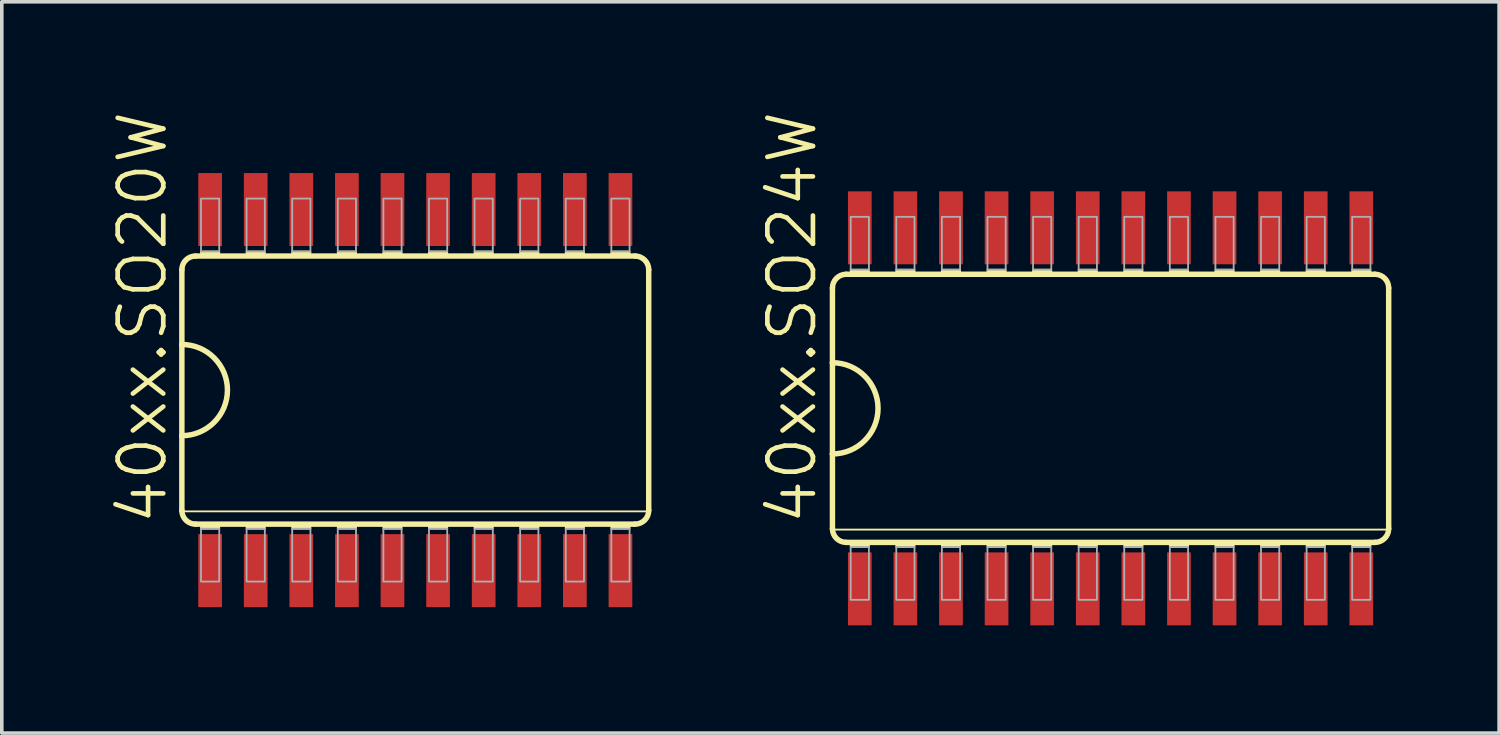
<source format=kicad_pcb>
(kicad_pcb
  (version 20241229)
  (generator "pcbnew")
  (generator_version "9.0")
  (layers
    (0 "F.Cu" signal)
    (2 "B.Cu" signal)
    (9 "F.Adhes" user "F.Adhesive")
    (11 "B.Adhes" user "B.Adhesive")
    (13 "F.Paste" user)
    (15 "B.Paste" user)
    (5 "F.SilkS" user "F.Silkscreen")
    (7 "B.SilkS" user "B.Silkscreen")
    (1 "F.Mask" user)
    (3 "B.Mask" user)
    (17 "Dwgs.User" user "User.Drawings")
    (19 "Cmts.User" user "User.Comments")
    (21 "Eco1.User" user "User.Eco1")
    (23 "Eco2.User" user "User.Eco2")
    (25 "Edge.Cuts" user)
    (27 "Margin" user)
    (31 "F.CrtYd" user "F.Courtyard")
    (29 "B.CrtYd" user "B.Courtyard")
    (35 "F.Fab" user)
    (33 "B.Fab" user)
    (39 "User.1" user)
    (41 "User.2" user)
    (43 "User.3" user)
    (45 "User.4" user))
  (footprint "40xx.SO24W"
    (layer "F.Cu")
    (at 27.885 8.324)
    (property "Reference" "40xx.SO24W" (at -8.128 3.302 90) (layer "F.SilkS") (effects (font (size 1.27 1.27) (thickness 0.13)) (justify left bottom)))
    (attr smd)
    (fp_line (start -7.747 -3.353) (end -7.747 -1.27) (stroke (width 0.152) (type default)) (layer "F.SilkS"))
    (fp_line (start -7.747 -1.27) (end -7.747 1.27) (stroke (width 0.152) (type default)) (layer "F.SilkS"))
    (fp_line (start -7.747 1.27) (end -7.747 3.353) (stroke (width 0.152) (type default)) (layer "F.SilkS"))
    (fp_line (start -7.747 3.378) (end 7.747 3.378) (stroke (width 0.051) (type default)) (layer "F.SilkS"))
    (fp_line (start -7.366 3.734) (end 7.366 3.734) (stroke (width 0.152) (type default)) (layer "F.SilkS"))
    (fp_line (start 7.366 -3.734) (end -7.366 -3.734) (stroke (width 0.152) (type default)) (layer "F.SilkS"))
    (fp_line (start 7.747 3.353) (end 7.747 -3.353) (stroke (width 0.152) (type default)) (layer "F.SilkS"))
    (fp_rect (start -7.239 -3.734) (end -6.731 -3.861) (stroke (width 0.05) (type default)) (fill yes) (layer "F.SilkS"))
    (fp_rect (start -7.239 3.861) (end -6.731 3.734) (stroke (width 0.05) (type default)) (fill yes) (layer "F.SilkS"))
    (fp_rect (start -5.969 -3.734) (end -5.461 -3.861) (stroke (width 0.05) (type default)) (fill yes) (layer "F.SilkS"))
    (fp_rect (start -5.969 3.861) (end -5.461 3.734) (stroke (width 0.05) (type default)) (fill yes) (layer "F.SilkS"))
    (fp_rect (start -4.699 -3.734) (end -4.191 -3.861) (stroke (width 0.05) (type default)) (fill yes) (layer "F.SilkS"))
    (fp_rect (start -4.699 3.861) (end -4.191 3.734) (stroke (width 0.05) (type default)) (fill yes) (layer "F.SilkS"))
    (fp_rect (start -3.429 -3.734) (end -2.921 -3.861) (stroke (width 0.05) (type default)) (fill yes) (layer "F.SilkS"))
    (fp_rect (start -3.429 3.861) (end -2.921 3.734) (stroke (width 0.05) (type default)) (fill yes) (layer "F.SilkS"))
    (fp_rect (start -2.159 -3.734) (end -1.651 -3.861) (stroke (width 0.05) (type default)) (fill yes) (layer "F.SilkS"))
    (fp_rect (start -2.159 3.861) (end -1.651 3.734) (stroke (width 0.05) (type default)) (fill yes) (layer "F.SilkS"))
    (fp_rect (start -0.889 -3.734) (end -0.381 -3.861) (stroke (width 0.05) (type default)) (fill yes) (layer "F.SilkS"))
    (fp_rect (start -0.889 3.861) (end -0.381 3.734) (stroke (width 0.05) (type default)) (fill yes) (layer "F.SilkS"))
    (fp_rect (start 0.381 -3.734) (end 0.889 -3.861) (stroke (width 0.05) (type default)) (fill yes) (layer "F.SilkS"))
    (fp_rect (start 0.381 3.861) (end 0.889 3.734) (stroke (width 0.05) (type default)) (fill yes) (layer "F.SilkS"))
    (fp_rect (start 1.651 -3.734) (end 2.159 -3.861) (stroke (width 0.05) (type default)) (fill yes) (layer "F.SilkS"))
    (fp_rect (start 1.651 3.861) (end 2.159 3.734) (stroke (width 0.05) (type default)) (fill yes) (layer "F.SilkS"))
    (fp_rect (start 2.921 -3.734) (end 3.429 -3.861) (stroke (width 0.05) (type default)) (fill yes) (layer "F.SilkS"))
    (fp_rect (start 2.921 3.861) (end 3.429 3.734) (stroke (width 0.05) (type default)) (fill yes) (layer "F.SilkS"))
    (fp_rect (start 4.191 -3.734) (end 4.699 -3.861) (stroke (width 0.05) (type default)) (fill yes) (layer "F.SilkS"))
    (fp_rect (start 4.191 3.861) (end 4.699 3.734) (stroke (width 0.05) (type default)) (fill yes) (layer "F.SilkS"))
    (fp_rect (start 5.461 -3.734) (end 5.969 -3.861) (stroke (width 0.05) (type default)) (fill yes) (layer "F.SilkS"))
    (fp_rect (start 5.461 3.861) (end 5.969 3.734) (stroke (width 0.05) (type default)) (fill yes) (layer "F.SilkS"))
    (fp_rect (start 6.731 -3.734) (end 7.239 -3.861) (stroke (width 0.05) (type default)) (fill yes) (layer "F.SilkS"))
    (fp_rect (start 6.731 3.861) (end 7.239 3.734) (stroke (width 0.05) (type default)) (fill yes) (layer "F.SilkS"))
    (fp_arc (start -7.747 -3.3528) (mid -7.635408 -3.622208) (end -7.366 -3.7338) (stroke (width 0.1524) (type default)) (layer "F.SilkS"))
    (fp_arc (start -7.747 -1.27) (mid -6.477 0) (end -7.747 1.27) (stroke (width 0.1524) (type default)) (layer "F.SilkS"))
    (fp_arc (start -7.366 3.7338) (mid -7.635408 3.622208) (end -7.747 3.3528) (stroke (width 0.1524) (type default)) (layer "F.SilkS"))
    (fp_arc (start 7.366 -3.7338) (mid 7.635408 -3.622208) (end 7.747 -3.3528) (stroke (width 0.1524) (type default)) (layer "F.SilkS"))
    (fp_arc (start 7.747 3.3528) (mid 7.635408 3.622208) (end 7.366 3.7338) (stroke (width 0.1524) (type default)) (layer "F.SilkS"))
    (fp_rect (start -7.239 -3.861) (end -6.731 -5.334) (stroke (width 0.05) (type default)) (fill no) (layer "F.Fab"))
    (fp_rect (start -7.239 5.334) (end -6.731 3.861) (stroke (width 0.05) (type default)) (fill no) (layer "F.Fab"))
    (fp_rect (start -5.969 -3.861) (end -5.461 -5.334) (stroke (width 0.05) (type default)) (fill no) (layer "F.Fab"))
    (fp_rect (start -5.969 5.334) (end -5.461 3.861) (stroke (width 0.05) (type default)) (fill no) (layer "F.Fab"))
    (fp_rect (start -4.699 -3.861) (end -4.191 -5.334) (stroke (width 0.05) (type default)) (fill no) (layer "F.Fab"))
    (fp_rect (start -4.699 5.334) (end -4.191 3.861) (stroke (width 0.05) (type default)) (fill no) (layer "F.Fab"))
    (fp_rect (start -3.429 -3.861) (end -2.921 -5.334) (stroke (width 0.05) (type default)) (fill no) (layer "F.Fab"))
    (fp_rect (start -3.429 5.334) (end -2.921 3.861) (stroke (width 0.05) (type default)) (fill no) (layer "F.Fab"))
    (fp_rect (start -2.159 -3.861) (end -1.651 -5.334) (stroke (width 0.05) (type default)) (fill no) (layer "F.Fab"))
    (fp_rect (start -2.159 5.334) (end -1.651 3.861) (stroke (width 0.05) (type default)) (fill no) (layer "F.Fab"))
    (fp_rect (start -0.889 -3.861) (end -0.381 -5.334) (stroke (width 0.05) (type default)) (fill no) (layer "F.Fab"))
    (fp_rect (start -0.889 5.334) (end -0.381 3.861) (stroke (width 0.05) (type default)) (fill no) (layer "F.Fab"))
    (fp_rect (start 0.381 -3.861) (end 0.889 -5.334) (stroke (width 0.05) (type default)) (fill no) (layer "F.Fab"))
    (fp_rect (start 0.381 5.334) (end 0.889 3.861) (stroke (width 0.05) (type default)) (fill no) (layer "F.Fab"))
    (fp_rect (start 1.651 -3.861) (end 2.159 -5.334) (stroke (width 0.05) (type default)) (fill no) (layer "F.Fab"))
    (fp_rect (start 1.651 5.334) (end 2.159 3.861) (stroke (width 0.05) (type default)) (fill no) (layer "F.Fab"))
    (fp_rect (start 2.921 -3.861) (end 3.429 -5.334) (stroke (width 0.05) (type default)) (fill no) (layer "F.Fab"))
    (fp_rect (start 2.921 5.334) (end 3.429 3.861) (stroke (width 0.05) (type default)) (fill no) (layer "F.Fab"))
    (fp_rect (start 4.191 -3.861) (end 4.699 -5.334) (stroke (width 0.05) (type default)) (fill no) (layer "F.Fab"))
    (fp_rect (start 4.191 5.334) (end 4.699 3.861) (stroke (width 0.05) (type default)) (fill no) (layer "F.Fab"))
    (fp_rect (start 5.461 -3.861) (end 5.969 -5.334) (stroke (width 0.05) (type default)) (fill no) (layer "F.Fab"))
    (fp_rect (start 5.461 5.334) (end 5.969 3.861) (stroke (width 0.05) (type default)) (fill no) (layer "F.Fab"))
    (fp_rect (start 6.731 -3.861) (end 7.239 -5.334) (stroke (width 0.05) (type default)) (fill no) (layer "F.Fab"))
    (fp_rect (start 6.731 5.334) (end 7.239 3.861) (stroke (width 0.05) (type default)) (fill no) (layer "F.Fab"))
    (pad "1" smd roundrect (at -6.985 5.029) (size 0.66 2.032) (layers "F.Cu" "F.Mask" "F.Paste") (roundrect_rratio 0.01))
    (pad "2" smd roundrect (at -5.715 5.029) (size 0.66 2.032) (layers "F.Cu" "F.Mask" "F.Paste") (roundrect_rratio 0.01))
    (pad "3" smd roundrect (at -4.445 5.029) (size 0.66 2.032) (layers "F.Cu" "F.Mask" "F.Paste") (roundrect_rratio 0.01))
    (pad "4" smd roundrect (at -3.175 5.029) (size 0.66 2.032) (layers "F.Cu" "F.Mask" "F.Paste") (roundrect_rratio 0.01))
    (pad "5" smd roundrect (at -1.905 5.029) (size 0.66 2.032) (layers "F.Cu" "F.Mask" "F.Paste") (roundrect_rratio 0.01))
    (pad "6" smd roundrect (at -0.635 5.029) (size 0.66 2.032) (layers "F.Cu" "F.Mask" "F.Paste") (roundrect_rratio 0.01))
    (pad "7" smd roundrect (at 0.635 5.029) (size 0.66 2.032) (layers "F.Cu" "F.Mask" "F.Paste") (roundrect_rratio 0.01))
    (pad "8" smd roundrect (at 1.905 5.029) (size 0.66 2.032) (layers "F.Cu" "F.Mask" "F.Paste") (roundrect_rratio 0.01))
    (pad "9" smd roundrect (at 3.175 5.029) (size 0.66 2.032) (layers "F.Cu" "F.Mask" "F.Paste") (roundrect_rratio 0.01))
    (pad "10" smd roundrect (at 4.445 5.029) (size 0.66 2.032) (layers "F.Cu" "F.Mask" "F.Paste") (roundrect_rratio 0.01))
    (pad "11" smd roundrect (at 5.715 5.029) (size 0.66 2.032) (layers "F.Cu" "F.Mask" "F.Paste") (roundrect_rratio 0.01))
    (pad "12" smd roundrect (at 6.985 5.029) (size 0.66 2.032) (layers "F.Cu" "F.Mask" "F.Paste") (roundrect_rratio 0.01))
    (pad "13" smd roundrect (at 6.985 -5.029) (size 0.66 2.032) (layers "F.Cu" "F.Mask" "F.Paste") (roundrect_rratio 0.01))
    (pad "14" smd roundrect (at 5.715 -5.029) (size 0.66 2.032) (layers "F.Cu" "F.Mask" "F.Paste") (roundrect_rratio 0.01))
    (pad "15" smd roundrect (at 4.445 -5.029) (size 0.66 2.032) (layers "F.Cu" "F.Mask" "F.Paste") (roundrect_rratio 0.01))
    (pad "16" smd roundrect (at 3.175 -5.029) (size 0.66 2.032) (layers "F.Cu" "F.Mask" "F.Paste") (roundrect_rratio 0.01))
    (pad "17" smd roundrect (at 1.905 -5.029) (size 0.66 2.032) (layers "F.Cu" "F.Mask" "F.Paste") (roundrect_rratio 0.01))
    (pad "18" smd roundrect (at 0.635 -5.029) (size 0.66 2.032) (layers "F.Cu" "F.Mask" "F.Paste") (roundrect_rratio 0.01))
    (pad "19" smd roundrect (at -0.635 -5.029) (size 0.66 2.032) (layers "F.Cu" "F.Mask" "F.Paste") (roundrect_rratio 0.01))
    (pad "20" smd roundrect (at -1.905 -5.029) (size 0.66 2.032) (layers "F.Cu" "F.Mask" "F.Paste") (roundrect_rratio 0.01))
    (pad "21" smd roundrect (at -3.175 -5.029) (size 0.66 2.032) (layers "F.Cu" "F.Mask" "F.Paste") (roundrect_rratio 0.01))
    (pad "22" smd roundrect (at -4.445 -5.029) (size 0.66 2.032) (layers "F.Cu" "F.Mask" "F.Paste") (roundrect_rratio 0.01))
    (pad "23" smd roundrect (at -5.715 -5.029) (size 0.66 2.032) (layers "F.Cu" "F.Mask" "F.Paste") (roundrect_rratio 0.01))
    (pad "24" smd roundrect (at -6.985 -5.029) (size 0.66 2.032) (layers "F.Cu" "F.Mask" "F.Paste") (roundrect_rratio 0.01)))
  (footprint "40xx.SO20W"
    (layer "F.Cu")
    (at 8.518 7.816)
    (property "Reference" "40xx.SO20W" (at -6.858 3.81 90) (layer "F.SilkS") (effects (font (size 1.27 1.27) (thickness 0.13)) (justify left bottom)))
    (attr smd)
    (fp_line (start -6.502 -3.353) (end -6.502 -1.27) (stroke (width 0.152) (type default)) (layer "F.SilkS"))
    (fp_line (start -6.502 -1.27) (end -6.502 1.27) (stroke (width 0.152) (type default)) (layer "F.SilkS"))
    (fp_line (start -6.502 1.27) (end -6.502 3.353) (stroke (width 0.152) (type default)) (layer "F.SilkS"))
    (fp_line (start -6.477 3.378) (end 6.477 3.378) (stroke (width 0.051) (type default)) (layer "F.SilkS"))
    (fp_line (start -6.121 3.734) (end 6.121 3.734) (stroke (width 0.152) (type default)) (layer "F.SilkS"))
    (fp_line (start 6.121 -3.734) (end -6.121 -3.734) (stroke (width 0.152) (type default)) (layer "F.SilkS"))
    (fp_line (start 6.502 3.353) (end 6.502 -3.353) (stroke (width 0.152) (type default)) (layer "F.SilkS"))
    (fp_rect (start -5.969 -3.734) (end -5.461 -3.861) (stroke (width 0.05) (type default)) (fill yes) (layer "F.SilkS"))
    (fp_rect (start -5.969 3.861) (end -5.461 3.734) (stroke (width 0.05) (type default)) (fill yes) (layer "F.SilkS"))
    (fp_rect (start -4.699 -3.734) (end -4.191 -3.861) (stroke (width 0.05) (type default)) (fill yes) (layer "F.SilkS"))
    (fp_rect (start -4.699 3.861) (end -4.191 3.734) (stroke (width 0.05) (type default)) (fill yes) (layer "F.SilkS"))
    (fp_rect (start -3.429 -3.734) (end -2.921 -3.861) (stroke (width 0.05) (type default)) (fill yes) (layer "F.SilkS"))
    (fp_rect (start -3.429 3.861) (end -2.921 3.734) (stroke (width 0.05) (type default)) (fill yes) (layer "F.SilkS"))
    (fp_rect (start -2.159 -3.734) (end -1.651 -3.861) (stroke (width 0.05) (type default)) (fill yes) (layer "F.SilkS"))
    (fp_rect (start -2.159 3.861) (end -1.651 3.734) (stroke (width 0.05) (type default)) (fill yes) (layer "F.SilkS"))
    (fp_rect (start -0.889 -3.734) (end -0.381 -3.861) (stroke (width 0.05) (type default)) (fill yes) (layer "F.SilkS"))
    (fp_rect (start -0.889 3.861) (end -0.381 3.734) (stroke (width 0.05) (type default)) (fill yes) (layer "F.SilkS"))
    (fp_rect (start 0.381 -3.734) (end 0.889 -3.861) (stroke (width 0.05) (type default)) (fill yes) (layer "F.SilkS"))
    (fp_rect (start 0.381 3.861) (end 0.889 3.734) (stroke (width 0.05) (type default)) (fill yes) (layer "F.SilkS"))
    (fp_rect (start 1.651 -3.734) (end 2.159 -3.861) (stroke (width 0.05) (type default)) (fill yes) (layer "F.SilkS"))
    (fp_rect (start 1.651 3.861) (end 2.159 3.734) (stroke (width 0.05) (type default)) (fill yes) (layer "F.SilkS"))
    (fp_rect (start 2.921 -3.734) (end 3.429 -3.861) (stroke (width 0.05) (type default)) (fill yes) (layer "F.SilkS"))
    (fp_rect (start 2.921 3.861) (end 3.429 3.734) (stroke (width 0.05) (type default)) (fill yes) (layer "F.SilkS"))
    (fp_rect (start 4.191 -3.734) (end 4.699 -3.861) (stroke (width 0.05) (type default)) (fill yes) (layer "F.SilkS"))
    (fp_rect (start 4.191 3.861) (end 4.699 3.734) (stroke (width 0.05) (type default)) (fill yes) (layer "F.SilkS"))
    (fp_rect (start 5.461 -3.734) (end 5.969 -3.861) (stroke (width 0.05) (type default)) (fill yes) (layer "F.SilkS"))
    (fp_rect (start 5.461 3.861) (end 5.969 3.734) (stroke (width 0.05) (type default)) (fill yes) (layer "F.SilkS"))
    (fp_arc (start -6.5024 -3.3528) (mid -6.390808 -3.622208) (end -6.1214 -3.7338) (stroke (width 0.1524) (type default)) (layer "F.SilkS"))
    (fp_arc (start -6.5024 -1.27) (mid -5.2324 0) (end -6.5024 1.27) (stroke (width 0.1524) (type default)) (layer "F.SilkS"))
    (fp_arc (start -6.1214 3.7338) (mid -6.390808 3.622208) (end -6.5024 3.3528) (stroke (width 0.1524) (type default)) (layer "F.SilkS"))
    (fp_arc (start 6.1214 -3.7338) (mid 6.390808 -3.622208) (end 6.5024 -3.3528) (stroke (width 0.1524) (type default)) (layer "F.SilkS"))
    (fp_arc (start 6.5024 3.3528) (mid 6.390808 3.622208) (end 6.1214 3.7338) (stroke (width 0.1524) (type default)) (layer "F.SilkS"))
    (fp_rect (start -5.969 -3.861) (end -5.461 -5.334) (stroke (width 0.05) (type default)) (fill no) (layer "F.Fab"))
    (fp_rect (start -5.969 5.334) (end -5.461 3.861) (stroke (width 0.05) (type default)) (fill no) (layer "F.Fab"))
    (fp_rect (start -4.699 -3.861) (end -4.191 -5.334) (stroke (width 0.05) (type default)) (fill no) (layer "F.Fab"))
    (fp_rect (start -4.699 5.334) (end -4.191 3.861) (stroke (width 0.05) (type default)) (fill no) (layer "F.Fab"))
    (fp_rect (start -3.429 -3.861) (end -2.921 -5.334) (stroke (width 0.05) (type default)) (fill no) (layer "F.Fab"))
    (fp_rect (start -3.429 5.334) (end -2.921 3.861) (stroke (width 0.05) (type default)) (fill no) (layer "F.Fab"))
    (fp_rect (start -2.159 -3.861) (end -1.651 -5.334) (stroke (width 0.05) (type default)) (fill no) (layer "F.Fab"))
    (fp_rect (start -2.159 5.334) (end -1.651 3.861) (stroke (width 0.05) (type default)) (fill no) (layer "F.Fab"))
    (fp_rect (start -0.889 -3.861) (end -0.381 -5.334) (stroke (width 0.05) (type default)) (fill no) (layer "F.Fab"))
    (fp_rect (start -0.889 5.334) (end -0.381 3.861) (stroke (width 0.05) (type default)) (fill no) (layer "F.Fab"))
    (fp_rect (start 0.381 -3.861) (end 0.889 -5.334) (stroke (width 0.05) (type default)) (fill no) (layer "F.Fab"))
    (fp_rect (start 0.381 5.334) (end 0.889 3.861) (stroke (width 0.05) (type default)) (fill no) (layer "F.Fab"))
    (fp_rect (start 1.651 -3.861) (end 2.159 -5.334) (stroke (width 0.05) (type default)) (fill no) (layer "F.Fab"))
    (fp_rect (start 1.651 5.334) (end 2.159 3.861) (stroke (width 0.05) (type default)) (fill no) (layer "F.Fab"))
    (fp_rect (start 2.921 -3.861) (end 3.429 -5.334) (stroke (width 0.05) (type default)) (fill no) (layer "F.Fab"))
    (fp_rect (start 2.921 5.334) (end 3.429 3.861) (stroke (width 0.05) (type default)) (fill no) (layer "F.Fab"))
    (fp_rect (start 4.191 -3.861) (end 4.699 -5.334) (stroke (width 0.05) (type default)) (fill no) (layer "F.Fab"))
    (fp_rect (start 4.191 5.334) (end 4.699 3.861) (stroke (width 0.05) (type default)) (fill no) (layer "F.Fab"))
    (fp_rect (start 5.461 -3.861) (end 5.969 -5.334) (stroke (width 0.05) (type default)) (fill no) (layer "F.Fab"))
    (fp_rect (start 5.461 5.334) (end 5.969 3.861) (stroke (width 0.05) (type default)) (fill no) (layer "F.Fab"))
    (pad "1" smd roundrect (at -5.715 5.029) (size 0.66 2.032) (layers "F.Cu" "F.Mask" "F.Paste") (roundrect_rratio 0.01))
    (pad "2" smd roundrect (at -4.445 5.029) (size 0.66 2.032) (layers "F.Cu" "F.Mask" "F.Paste") (roundrect_rratio 0.01))
    (pad "3" smd roundrect (at -3.175 5.029) (size 0.66 2.032) (layers "F.Cu" "F.Mask" "F.Paste") (roundrect_rratio 0.01))
    (pad "4" smd roundrect (at -1.905 5.029) (size 0.66 2.032) (layers "F.Cu" "F.Mask" "F.Paste") (roundrect_rratio 0.01))
    (pad "5" smd roundrect (at -0.635 5.029) (size 0.66 2.032) (layers "F.Cu" "F.Mask" "F.Paste") (roundrect_rratio 0.01))
    (pad "6" smd roundrect (at 0.635 5.029) (size 0.66 2.032) (layers "F.Cu" "F.Mask" "F.Paste") (roundrect_rratio 0.01))
    (pad "7" smd roundrect (at 1.905 5.029) (size 0.66 2.032) (layers "F.Cu" "F.Mask" "F.Paste") (roundrect_rratio 0.01))
    (pad "8" smd roundrect (at 3.175 5.029) (size 0.66 2.032) (layers "F.Cu" "F.Mask" "F.Paste") (roundrect_rratio 0.01))
    (pad "9" smd roundrect (at 4.445 5.029) (size 0.66 2.032) (layers "F.Cu" "F.Mask" "F.Paste") (roundrect_rratio 0.01))
    (pad "10" smd roundrect (at 5.715 5.029) (size 0.66 2.032) (layers "F.Cu" "F.Mask" "F.Paste") (roundrect_rratio 0.01))
    (pad "11" smd roundrect (at 5.715 -5.029) (size 0.66 2.032) (layers "F.Cu" "F.Mask" "F.Paste") (roundrect_rratio 0.01))
    (pad "12" smd roundrect (at 4.445 -5.029) (size 0.66 2.032) (layers "F.Cu" "F.Mask" "F.Paste") (roundrect_rratio 0.01))
    (pad "13" smd roundrect (at 3.175 -5.029) (size 0.66 2.032) (layers "F.Cu" "F.Mask" "F.Paste") (roundrect_rratio 0.01))
    (pad "14" smd roundrect (at 1.905 -5.029) (size 0.66 2.032) (layers "F.Cu" "F.Mask" "F.Paste") (roundrect_rratio 0.01))
    (pad "15" smd roundrect (at 0.635 -5.029) (size 0.66 2.032) (layers "F.Cu" "F.Mask" "F.Paste") (roundrect_rratio 0.01))
    (pad "16" smd roundrect (at -0.635 -5.029) (size 0.66 2.032) (layers "F.Cu" "F.Mask" "F.Paste") (roundrect_rratio 0.01))
    (pad "17" smd roundrect (at -1.905 -5.029) (size 0.66 2.032) (layers "F.Cu" "F.Mask" "F.Paste") (roundrect_rratio 0.01))
    (pad "18" smd roundrect (at -3.175 -5.029) (size 0.66 2.032) (layers "F.Cu" "F.Mask" "F.Paste") (roundrect_rratio 0.01))
    (pad "19" smd roundrect (at -4.445 -5.029) (size 0.66 2.032) (layers "F.Cu" "F.Mask" "F.Paste") (roundrect_rratio 0.01))
    (pad "20" smd roundrect (at -5.715 -5.029) (size 0.66 2.032) (layers "F.Cu" "F.Mask" "F.Paste") (roundrect_rratio 0.01)))
  (gr_rect
    (start -3 -3)
    (end 38.708 17.37)
    (stroke (width 0.1) (type default))
    (fill no)
    (layer "Edge.Cuts")))
</source>
